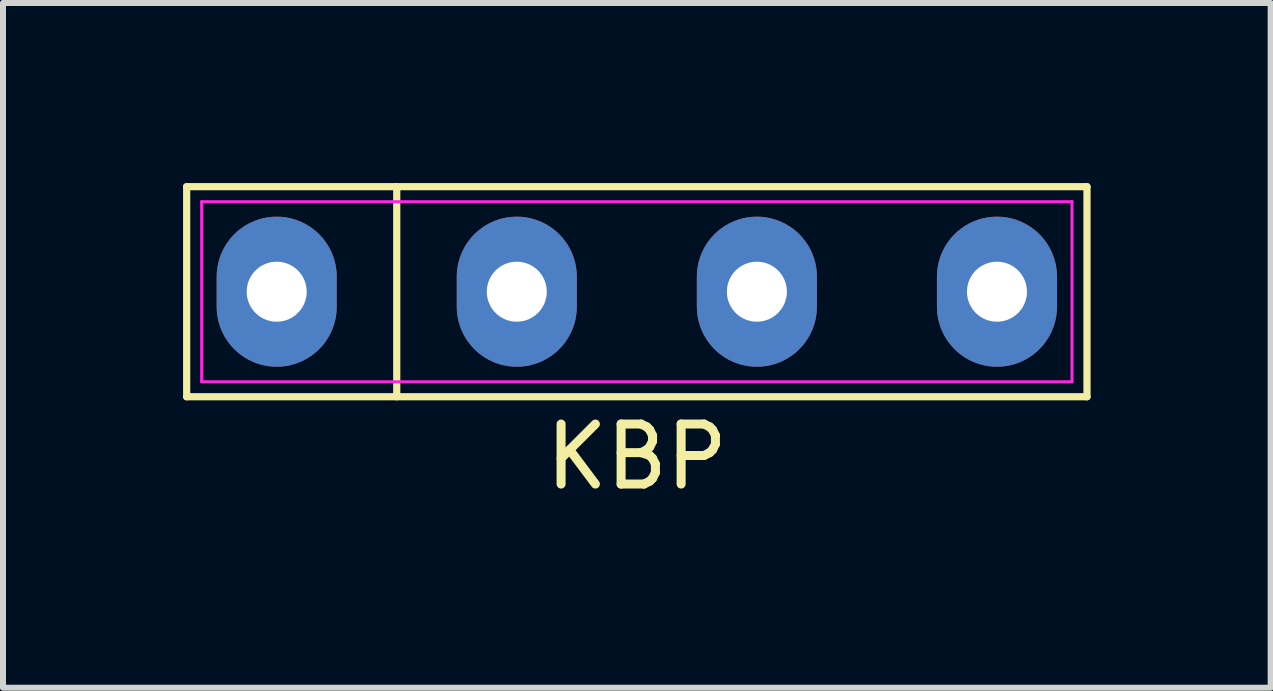
<source format=kicad_pcb>
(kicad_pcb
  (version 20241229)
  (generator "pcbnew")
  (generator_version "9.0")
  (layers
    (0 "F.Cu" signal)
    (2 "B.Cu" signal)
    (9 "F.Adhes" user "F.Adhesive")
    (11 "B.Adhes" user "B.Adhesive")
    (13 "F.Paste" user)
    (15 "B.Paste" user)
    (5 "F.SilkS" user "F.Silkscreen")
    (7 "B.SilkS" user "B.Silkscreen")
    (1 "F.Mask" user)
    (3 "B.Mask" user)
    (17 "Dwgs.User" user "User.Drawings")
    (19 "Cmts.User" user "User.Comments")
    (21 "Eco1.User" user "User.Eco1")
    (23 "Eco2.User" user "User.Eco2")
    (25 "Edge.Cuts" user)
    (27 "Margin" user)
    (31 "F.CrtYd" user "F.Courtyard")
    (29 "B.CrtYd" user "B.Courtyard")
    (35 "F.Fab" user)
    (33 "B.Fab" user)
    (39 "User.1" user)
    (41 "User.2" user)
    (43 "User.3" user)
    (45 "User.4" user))
  (footprint "KBP"
    (layer "F.Cu")
    (at 7.56 1.81)
    (property "Reference" "KBP" (at 0 2.75 0) (layer "F.SilkS") (effects (font (size 1 1) (thickness 0.15))))
    (attr through_hole)
    (fp_line (start -7.5 -1.75) (end 7.5 -1.75) (stroke (width 0.12) (type solid)) (layer "F.SilkS"))
    (fp_line (start -7.5 1.75) (end -7.5 -1.75) (stroke (width 0.12) (type solid)) (layer "F.SilkS"))
    (fp_line (start -4 -1.75) (end -4 1.75) (stroke (width 0.12) (type solid)) (layer "F.SilkS"))
    (fp_line (start 7.5 -1.75) (end 7.5 1.75) (stroke (width 0.12) (type solid)) (layer "F.SilkS"))
    (fp_line (start 7.5 1.75) (end -7.5 1.75) (stroke (width 0.12) (type solid)) (layer "F.SilkS"))
    (fp_line (start -7.25 -1.5) (end 7.25 -1.5) (stroke (width 0.05) (type solid)) (layer "F.CrtYd"))
    (fp_line (start -7.25 1.5) (end -7.25 -1.5) (stroke (width 0.05) (type solid)) (layer "F.CrtYd"))
    (fp_line (start 7.25 -1.5) (end 7.25 1.5) (stroke (width 0.05) (type solid)) (layer "F.CrtYd"))
    (fp_line (start 7.25 1.5) (end -7.25 1.5) (stroke (width 0.05) (type solid)) (layer "F.CrtYd"))
    (pad "1" thru_hole oval (at -6 0) (size 2 2.5) (drill 1) (layers "*.Cu" "*.Mask"))
    (pad "2" thru_hole oval (at -2 0) (size 2 2.5) (drill 1) (layers "*.Cu" "*.Mask"))
    (pad "3" thru_hole oval (at 2 0) (size 2 2.5) (drill 1) (layers "*.Cu" "*.Mask"))
    (pad "4" thru_hole oval (at 6 0) (size 2 2.5) (drill 1) (layers "*.Cu" "*.Mask")))
  (gr_rect
    (start -3 -3)
    (end 18.12 8.408)
    (stroke (width 0.1) (type default))
    (fill no)
    (layer "Edge.Cuts")))
</source>
